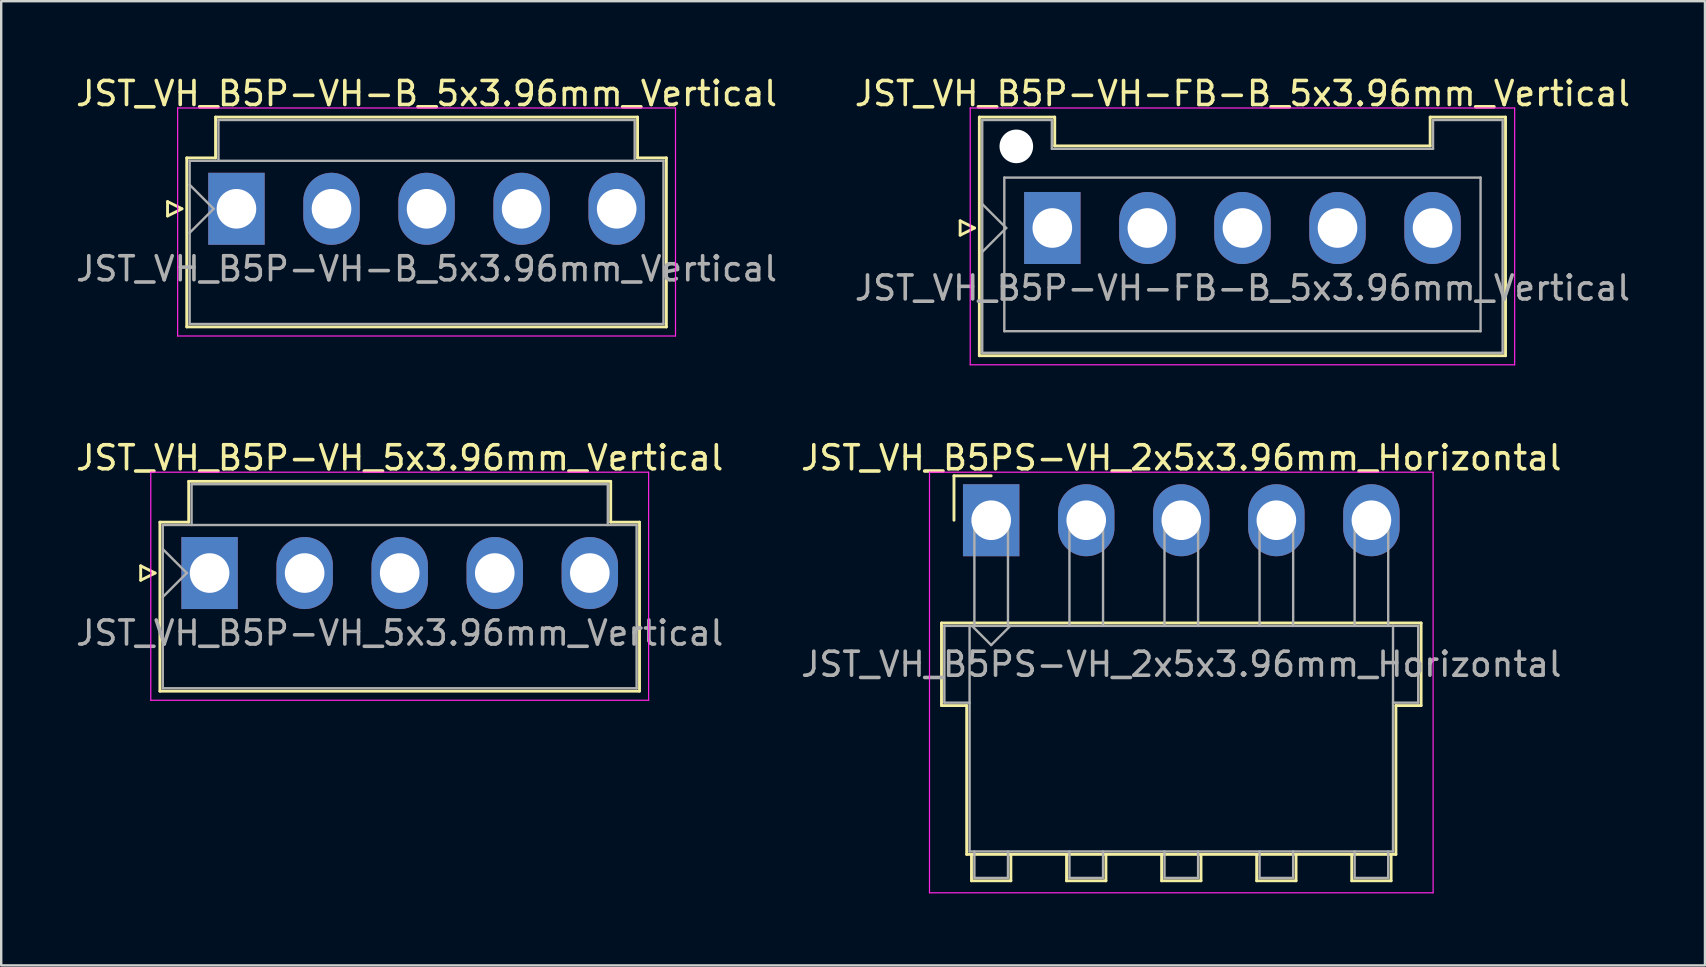
<source format=kicad_pcb>
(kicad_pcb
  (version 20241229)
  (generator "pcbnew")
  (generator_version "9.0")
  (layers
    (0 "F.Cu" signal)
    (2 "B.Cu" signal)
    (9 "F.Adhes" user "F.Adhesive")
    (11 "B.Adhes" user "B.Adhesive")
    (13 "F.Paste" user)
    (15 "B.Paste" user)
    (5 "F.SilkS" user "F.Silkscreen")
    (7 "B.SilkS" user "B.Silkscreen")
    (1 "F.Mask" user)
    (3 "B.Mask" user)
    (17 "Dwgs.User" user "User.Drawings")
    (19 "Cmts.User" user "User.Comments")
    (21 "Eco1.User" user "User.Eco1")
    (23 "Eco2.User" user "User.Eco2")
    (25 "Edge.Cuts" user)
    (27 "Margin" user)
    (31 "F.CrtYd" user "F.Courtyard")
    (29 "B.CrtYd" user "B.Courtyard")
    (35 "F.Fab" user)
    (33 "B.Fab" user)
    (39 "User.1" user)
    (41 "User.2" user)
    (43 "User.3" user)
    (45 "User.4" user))
  (footprint "JST_VH_B5P-VH_5x3.96mm_Vertical"
    (layer "F.Cu")
    (at 5.681 20.822)
    (property "Reference" "JST_VH_B5P-VH_5x3.96mm_Vertical" (at 7.92 -4.8 0) (layer "F.SilkS") (effects (font (size 1 1) (thickness 0.15))))
    (attr through_hole)
    (fp_line (start -2.87 -0.3) (end -2.27 0) (stroke (width 0.12) (type solid)) (layer "F.SilkS"))
    (fp_line (start -2.87 0.3) (end -2.87 -0.3) (stroke (width 0.12) (type solid)) (layer "F.SilkS"))
    (fp_line (start -2.27 0) (end -2.87 0.3) (stroke (width 0.12) (type solid)) (layer "F.SilkS"))
    (fp_line (start -2.07 -2.12) (end -0.87 -2.12) (stroke (width 0.12) (type solid)) (layer "F.SilkS"))
    (fp_line (start -2.07 4.92) (end -2.07 -2.12) (stroke (width 0.12) (type solid)) (layer "F.SilkS"))
    (fp_line (start -0.87 -3.82) (end 16.71 -3.82) (stroke (width 0.12) (type solid)) (layer "F.SilkS"))
    (fp_line (start -0.87 -2.12) (end -0.87 -3.82) (stroke (width 0.12) (type solid)) (layer "F.SilkS"))
    (fp_line (start 16.71 -3.82) (end 16.71 -2.12) (stroke (width 0.12) (type solid)) (layer "F.SilkS"))
    (fp_line (start 16.71 -2.12) (end 17.91 -2.12) (stroke (width 0.12) (type solid)) (layer "F.SilkS"))
    (fp_line (start 17.91 -2.12) (end 17.91 4.92) (stroke (width 0.12) (type solid)) (layer "F.SilkS"))
    (fp_line (start 17.91 4.92) (end -2.07 4.92) (stroke (width 0.12) (type solid)) (layer "F.SilkS"))
    (fp_line (start -2.45 -4.2) (end -2.45 5.3) (stroke (width 0.05) (type solid)) (layer "F.CrtYd"))
    (fp_line (start -2.45 5.3) (end 18.29 5.3) (stroke (width 0.05) (type solid)) (layer "F.CrtYd"))
    (fp_line (start 18.29 -4.2) (end -2.45 -4.2) (stroke (width 0.05) (type solid)) (layer "F.CrtYd"))
    (fp_line (start 18.29 5.3) (end 18.29 -4.2) (stroke (width 0.05) (type solid)) (layer "F.CrtYd"))
    (fp_line (start -1.95 -2) (end -1.95 4.8) (stroke (width 0.1) (type solid)) (layer "F.Fab"))
    (fp_line (start -1.95 -1) (end -0.95 0) (stroke (width 0.1) (type solid)) (layer "F.Fab"))
    (fp_line (start -1.95 1) (end -0.95 0) (stroke (width 0.1) (type solid)) (layer "F.Fab"))
    (fp_line (start -1.95 4.8) (end 17.79 4.8) (stroke (width 0.1) (type solid)) (layer "F.Fab"))
    (fp_line (start -0.75 -3.7) (end 16.59 -3.7) (stroke (width 0.1) (type solid)) (layer "F.Fab"))
    (fp_line (start -0.75 -2) (end -0.75 -3.7) (stroke (width 0.1) (type solid)) (layer "F.Fab"))
    (fp_line (start 16.59 -3.7) (end 16.59 -2) (stroke (width 0.1) (type solid)) (layer "F.Fab"))
    (fp_line (start 17.79 -2) (end -1.95 -2) (stroke (width 0.1) (type solid)) (layer "F.Fab"))
    (fp_line (start 17.79 4.8) (end 17.79 -2) (stroke (width 0.1) (type solid)) (layer "F.Fab"))
    (fp_text user "${REFERENCE}" (at 7.92 2.5 0) (layer "F.Fab") (effects (font (size 1 1) (thickness 0.15))))
    (pad "1" thru_hole rect (at 0 0) (size 2.35 3) (drill 1.65) (layers "*.Cu" "*.Mask"))
    (pad "2" thru_hole oval (at 3.96 0) (size 2.35 3) (drill 1.65) (layers "*.Cu" "*.Mask"))
    (pad "3" thru_hole oval (at 7.92 0) (size 2.35 3) (drill 1.65) (layers "*.Cu" "*.Mask"))
    (pad "4" thru_hole oval (at 11.88 0) (size 2.35 3) (drill 1.65) (layers "*.Cu" "*.Mask"))
    (pad "5" thru_hole oval (at 15.84 0) (size 2.35 3) (drill 1.65) (layers "*.Cu" "*.Mask")))
  (footprint "JST_VH_B5P-VH-B_5x3.96mm_Vertical"
    (layer "F.Cu")
    (at 6.8 5.648)
    (property "Reference" "JST_VH_B5P-VH-B_5x3.96mm_Vertical" (at 7.92 -4.8 0) (layer "F.SilkS") (effects (font (size 1 1) (thickness 0.15))))
    (attr through_hole)
    (fp_line (start -2.87 -0.3) (end -2.27 0) (stroke (width 0.12) (type solid)) (layer "F.SilkS"))
    (fp_line (start -2.87 0.3) (end -2.87 -0.3) (stroke (width 0.12) (type solid)) (layer "F.SilkS"))
    (fp_line (start -2.27 0) (end -2.87 0.3) (stroke (width 0.12) (type solid)) (layer "F.SilkS"))
    (fp_line (start -2.07 -2.12) (end -0.87 -2.12) (stroke (width 0.12) (type solid)) (layer "F.SilkS"))
    (fp_line (start -2.07 4.92) (end -2.07 -2.12) (stroke (width 0.12) (type solid)) (layer "F.SilkS"))
    (fp_line (start -0.87 -3.82) (end 16.71 -3.82) (stroke (width 0.12) (type solid)) (layer "F.SilkS"))
    (fp_line (start -0.87 -2.12) (end -0.87 -3.82) (stroke (width 0.12) (type solid)) (layer "F.SilkS"))
    (fp_line (start 16.71 -3.82) (end 16.71 -2.12) (stroke (width 0.12) (type solid)) (layer "F.SilkS"))
    (fp_line (start 16.71 -2.12) (end 17.91 -2.12) (stroke (width 0.12) (type solid)) (layer "F.SilkS"))
    (fp_line (start 17.91 -2.12) (end 17.91 4.92) (stroke (width 0.12) (type solid)) (layer "F.SilkS"))
    (fp_line (start 17.91 4.92) (end -2.07 4.92) (stroke (width 0.12) (type solid)) (layer "F.SilkS"))
    (fp_line (start -2.45 -4.2) (end -2.45 5.3) (stroke (width 0.05) (type solid)) (layer "F.CrtYd"))
    (fp_line (start -2.45 5.3) (end 18.29 5.3) (stroke (width 0.05) (type solid)) (layer "F.CrtYd"))
    (fp_line (start 18.29 -4.2) (end -2.45 -4.2) (stroke (width 0.05) (type solid)) (layer "F.CrtYd"))
    (fp_line (start 18.29 5.3) (end 18.29 -4.2) (stroke (width 0.05) (type solid)) (layer "F.CrtYd"))
    (fp_line (start -1.95 -2) (end -1.95 4.8) (stroke (width 0.1) (type solid)) (layer "F.Fab"))
    (fp_line (start -1.95 -1) (end -0.95 0) (stroke (width 0.1) (type solid)) (layer "F.Fab"))
    (fp_line (start -1.95 1) (end -0.95 0) (stroke (width 0.1) (type solid)) (layer "F.Fab"))
    (fp_line (start -1.95 4.8) (end 17.79 4.8) (stroke (width 0.1) (type solid)) (layer "F.Fab"))
    (fp_line (start -0.75 -3.7) (end 16.59 -3.7) (stroke (width 0.1) (type solid)) (layer "F.Fab"))
    (fp_line (start -0.75 -2) (end -0.75 -3.7) (stroke (width 0.1) (type solid)) (layer "F.Fab"))
    (fp_line (start 16.59 -3.7) (end 16.59 -2) (stroke (width 0.1) (type solid)) (layer "F.Fab"))
    (fp_line (start 17.79 -2) (end -1.95 -2) (stroke (width 0.1) (type solid)) (layer "F.Fab"))
    (fp_line (start 17.79 4.8) (end 17.79 -2) (stroke (width 0.1) (type solid)) (layer "F.Fab"))
    (fp_text user "${REFERENCE}" (at 7.92 2.5 0) (layer "F.Fab") (effects (font (size 1 1) (thickness 0.15))))
    (pad "1" thru_hole rect (at 0 0) (size 2.35 3) (drill 1.65) (layers "*.Cu" "*.Mask"))
    (pad "2" thru_hole oval (at 3.96 0) (size 2.35 3) (drill 1.65) (layers "*.Cu" "*.Mask"))
    (pad "3" thru_hole oval (at 7.92 0) (size 2.35 3) (drill 1.65) (layers "*.Cu" "*.Mask"))
    (pad "4" thru_hole oval (at 11.88 0) (size 2.35 3) (drill 1.65) (layers "*.Cu" "*.Mask"))
    (pad "5" thru_hole oval (at 15.84 0) (size 2.35 3) (drill 1.65) (layers "*.Cu" "*.Mask")))
  (footprint "JST_VH_B5P-VH-FB-B_5x3.96mm_Vertical"
    (layer "F.Cu")
    (at 40.788 6.448)
    (property "Reference" "JST_VH_B5P-VH-FB-B_5x3.96mm_Vertical" (at 7.92 -5.6 0) (layer "F.SilkS") (effects (font (size 1 1) (thickness 0.15))))
    (attr through_hole)
    (fp_line (start -3.84 -0.3) (end -3.24 0) (stroke (width 0.12) (type solid)) (layer "F.SilkS"))
    (fp_line (start -3.84 0.3) (end -3.84 -0.3) (stroke (width 0.12) (type solid)) (layer "F.SilkS"))
    (fp_line (start -3.24 0) (end -3.84 0.3) (stroke (width 0.12) (type solid)) (layer "F.SilkS"))
    (fp_line (start -3.04 -4.62) (end 0.1 -4.62) (stroke (width 0.12) (type solid)) (layer "F.SilkS"))
    (fp_line (start -3.04 5.32) (end -3.04 -4.62) (stroke (width 0.12) (type solid)) (layer "F.SilkS"))
    (fp_line (start 0.1 -4.62) (end 0.1 -3.42) (stroke (width 0.12) (type solid)) (layer "F.SilkS"))
    (fp_line (start 0.1 -3.42) (end 15.74 -3.42) (stroke (width 0.12) (type solid)) (layer "F.SilkS"))
    (fp_line (start 15.74 -4.62) (end 18.88 -4.62) (stroke (width 0.12) (type solid)) (layer "F.SilkS"))
    (fp_line (start 15.74 -3.42) (end 15.74 -4.62) (stroke (width 0.12) (type solid)) (layer "F.SilkS"))
    (fp_line (start 18.88 -4.62) (end 18.88 5.32) (stroke (width 0.12) (type solid)) (layer "F.SilkS"))
    (fp_line (start 18.88 5.32) (end -3.04 5.32) (stroke (width 0.12) (type solid)) (layer "F.SilkS"))
    (fp_line (start -3.42 -5) (end -3.42 5.7) (stroke (width 0.05) (type solid)) (layer "F.CrtYd"))
    (fp_line (start -3.42 5.7) (end 19.26 5.7) (stroke (width 0.05) (type solid)) (layer "F.CrtYd"))
    (fp_line (start 19.26 -5) (end -3.42 -5) (stroke (width 0.05) (type solid)) (layer "F.CrtYd"))
    (fp_line (start 19.26 5.7) (end 19.26 -5) (stroke (width 0.05) (type solid)) (layer "F.CrtYd"))
    (fp_line (start -2.92 -4.5) (end -0.02 -4.5) (stroke (width 0.1) (type solid)) (layer "F.Fab"))
    (fp_line (start -2.92 -1) (end -1.92 0) (stroke (width 0.1) (type solid)) (layer "F.Fab"))
    (fp_line (start -2.92 1) (end -1.92 0) (stroke (width 0.1) (type solid)) (layer "F.Fab"))
    (fp_line (start -2.92 5.2) (end -2.92 -4.5) (stroke (width 0.1) (type solid)) (layer "F.Fab"))
    (fp_line (start -2 -2.1) (end 17.84 -2.1) (stroke (width 0.1) (type solid)) (layer "F.Fab"))
    (fp_line (start -2 4.3) (end -2 -2.1) (stroke (width 0.1) (type solid)) (layer "F.Fab"))
    (fp_line (start -0.02 -4.5) (end -0.02 -3.3) (stroke (width 0.1) (type solid)) (layer "F.Fab"))
    (fp_line (start -0.02 -3.3) (end 15.86 -3.3) (stroke (width 0.1) (type solid)) (layer "F.Fab"))
    (fp_line (start 15.86 -4.5) (end 18.76 -4.5) (stroke (width 0.1) (type solid)) (layer "F.Fab"))
    (fp_line (start 15.86 -3.3) (end 15.86 -4.5) (stroke (width 0.1) (type solid)) (layer "F.Fab"))
    (fp_line (start 17.84 -2.1) (end 17.84 4.3) (stroke (width 0.1) (type solid)) (layer "F.Fab"))
    (fp_line (start 17.84 4.3) (end -2 4.3) (stroke (width 0.1) (type solid)) (layer "F.Fab"))
    (fp_line (start 18.76 -4.5) (end 18.76 5.2) (stroke (width 0.1) (type solid)) (layer "F.Fab"))
    (fp_line (start 18.76 5.2) (end -2.92 5.2) (stroke (width 0.1) (type solid)) (layer "F.Fab"))
    (fp_text user "${REFERENCE}" (at 7.92 2.5 0) (layer "F.Fab") (effects (font (size 1 1) (thickness 0.15))))
    (pad "" np_thru_hole circle (at -1.5 -3.4) (size 1.4 1.4) (drill 1.4) (layers "*.Cu" "*.Mask"))
    (pad "1" thru_hole rect (at 0 0) (size 2.35 3) (drill 1.65) (layers "*.Cu" "*.Mask"))
    (pad "2" thru_hole oval (at 3.96 0) (size 2.35 3) (drill 1.65) (layers "*.Cu" "*.Mask"))
    (pad "3" thru_hole oval (at 7.92 0) (size 2.35 3) (drill 1.65) (layers "*.Cu" "*.Mask"))
    (pad "4" thru_hole oval (at 11.88 0) (size 2.35 3) (drill 1.65) (layers "*.Cu" "*.Mask"))
    (pad "5" thru_hole oval (at 15.84 0) (size 2.35 3) (drill 1.65) (layers "*.Cu" "*.Mask")))
  (footprint "JST_VH_B5PS-VH_2x5x3.96mm_Horizontal"
    (layer "F.Cu")
    (at 38.241 18.622)
    (property "Reference" "JST_VH_B5PS-VH_2x5x3.96mm_Horizontal" (at 7.92 -2.6 0) (layer "F.SilkS") (effects (font (size 1 1) (thickness 0.15))))
    (attr through_hole)
    (fp_line (start -2.07 4.28) (end 17.91 4.28) (stroke (width 0.12) (type solid)) (layer "F.SilkS"))
    (fp_line (start -2.07 7.72) (end -2.07 4.28) (stroke (width 0.12) (type solid)) (layer "F.SilkS"))
    (fp_line (start -1.55 -1.85) (end -1.55 0) (stroke (width 0.12) (type solid)) (layer "F.SilkS"))
    (fp_line (start -1.02 7.72) (end -2.07 7.72) (stroke (width 0.12) (type solid)) (layer "F.SilkS"))
    (fp_line (start -1.02 13.92) (end -1.02 7.72) (stroke (width 0.12) (type solid)) (layer "F.SilkS"))
    (fp_line (start -0.82 13.92) (end -0.82 15.02) (stroke (width 0.12) (type solid)) (layer "F.SilkS"))
    (fp_line (start -0.82 15.02) (end 0.82 15.02) (stroke (width 0.12) (type solid)) (layer "F.SilkS"))
    (fp_line (start 0 -1.85) (end -1.55 -1.85) (stroke (width 0.12) (type solid)) (layer "F.SilkS"))
    (fp_line (start 0.82 15.02) (end 0.82 13.92) (stroke (width 0.12) (type solid)) (layer "F.SilkS"))
    (fp_line (start 3.14 13.92) (end 3.14 15.02) (stroke (width 0.12) (type solid)) (layer "F.SilkS"))
    (fp_line (start 3.14 15.02) (end 4.78 15.02) (stroke (width 0.12) (type solid)) (layer "F.SilkS"))
    (fp_line (start 4.78 15.02) (end 4.78 13.92) (stroke (width 0.12) (type solid)) (layer "F.SilkS"))
    (fp_line (start 7.1 13.92) (end 7.1 15.02) (stroke (width 0.12) (type solid)) (layer "F.SilkS"))
    (fp_line (start 7.1 15.02) (end 8.74 15.02) (stroke (width 0.12) (type solid)) (layer "F.SilkS"))
    (fp_line (start 8.74 15.02) (end 8.74 13.92) (stroke (width 0.12) (type solid)) (layer "F.SilkS"))
    (fp_line (start 11.06 13.92) (end 11.06 15.02) (stroke (width 0.12) (type solid)) (layer "F.SilkS"))
    (fp_line (start 11.06 15.02) (end 12.7 15.02) (stroke (width 0.12) (type solid)) (layer "F.SilkS"))
    (fp_line (start 12.7 15.02) (end 12.7 13.92) (stroke (width 0.12) (type solid)) (layer "F.SilkS"))
    (fp_line (start 15.02 13.92) (end 15.02 15.02) (stroke (width 0.12) (type solid)) (layer "F.SilkS"))
    (fp_line (start 15.02 15.02) (end 16.66 15.02) (stroke (width 0.12) (type solid)) (layer "F.SilkS"))
    (fp_line (start 16.66 15.02) (end 16.66 13.92) (stroke (width 0.12) (type solid)) (layer "F.SilkS"))
    (fp_line (start 16.86 7.72) (end 16.86 13.92) (stroke (width 0.12) (type solid)) (layer "F.SilkS"))
    (fp_line (start 16.86 13.92) (end -1.02 13.92) (stroke (width 0.12) (type solid)) (layer "F.SilkS"))
    (fp_line (start 17.91 4.28) (end 17.91 7.72) (stroke (width 0.12) (type solid)) (layer "F.SilkS"))
    (fp_line (start 17.91 7.72) (end 16.86 7.72) (stroke (width 0.12) (type solid)) (layer "F.SilkS"))
    (fp_line (start -2.57 -2) (end -2.57 15.52) (stroke (width 0.05) (type solid)) (layer "F.CrtYd"))
    (fp_line (start -2.57 15.52) (end 18.41 15.52) (stroke (width 0.05) (type solid)) (layer "F.CrtYd"))
    (fp_line (start 18.41 -2) (end -2.57 -2) (stroke (width 0.05) (type solid)) (layer "F.CrtYd"))
    (fp_line (start 18.41 15.52) (end 18.41 -2) (stroke (width 0.05) (type solid)) (layer "F.CrtYd"))
    (fp_line (start -1.95 4.4) (end -0.9 4.4) (stroke (width 0.1) (type solid)) (layer "F.Fab"))
    (fp_line (start -1.95 7.6) (end -1.95 4.4) (stroke (width 0.1) (type solid)) (layer "F.Fab"))
    (fp_line (start -0.9 4.4) (end -0.9 13.8) (stroke (width 0.1) (type solid)) (layer "F.Fab"))
    (fp_line (start -0.9 7.6) (end -1.95 7.6) (stroke (width 0.1) (type solid)) (layer "F.Fab"))
    (fp_line (start -0.9 13.8) (end 16.74 13.8) (stroke (width 0.1) (type solid)) (layer "F.Fab"))
    (fp_line (start -0.8 4.4) (end 0 5.2) (stroke (width 0.1) (type solid)) (layer "F.Fab"))
    (fp_line (start -0.7 0) (end 0.7 0) (stroke (width 0.1) (type solid)) (layer "F.Fab"))
    (fp_line (start -0.7 4.4) (end -0.7 0) (stroke (width 0.1) (type solid)) (layer "F.Fab"))
    (fp_line (start -0.7 13.8) (end -0.7 14.9) (stroke (width 0.1) (type solid)) (layer "F.Fab"))
    (fp_line (start -0.7 14.9) (end 0.7 14.9) (stroke (width 0.1) (type solid)) (layer "F.Fab"))
    (fp_line (start 0 5.2) (end 0.8 4.4) (stroke (width 0.1) (type solid)) (layer "F.Fab"))
    (fp_line (start 0.7 0) (end 0.7 4.4) (stroke (width 0.1) (type solid)) (layer "F.Fab"))
    (fp_line (start 0.7 14.9) (end 0.7 13.8) (stroke (width 0.1) (type solid)) (layer "F.Fab"))
    (fp_line (start 3.26 0) (end 4.66 0) (stroke (width 0.1) (type solid)) (layer "F.Fab"))
    (fp_line (start 3.26 4.4) (end 3.26 0) (stroke (width 0.1) (type solid)) (layer "F.Fab"))
    (fp_line (start 3.26 13.8) (end 3.26 14.9) (stroke (width 0.1) (type solid)) (layer "F.Fab"))
    (fp_line (start 3.26 14.9) (end 4.66 14.9) (stroke (width 0.1) (type solid)) (layer "F.Fab"))
    (fp_line (start 4.66 0) (end 4.66 4.4) (stroke (width 0.1) (type solid)) (layer "F.Fab"))
    (fp_line (start 4.66 14.9) (end 4.66 13.8) (stroke (width 0.1) (type solid)) (layer "F.Fab"))
    (fp_line (start 7.22 0) (end 8.62 0) (stroke (width 0.1) (type solid)) (layer "F.Fab"))
    (fp_line (start 7.22 4.4) (end 7.22 0) (stroke (width 0.1) (type solid)) (layer "F.Fab"))
    (fp_line (start 7.22 13.8) (end 7.22 14.9) (stroke (width 0.1) (type solid)) (layer "F.Fab"))
    (fp_line (start 7.22 14.9) (end 8.62 14.9) (stroke (width 0.1) (type solid)) (layer "F.Fab"))
    (fp_line (start 8.62 0) (end 8.62 4.4) (stroke (width 0.1) (type solid)) (layer "F.Fab"))
    (fp_line (start 8.62 14.9) (end 8.62 13.8) (stroke (width 0.1) (type solid)) (layer "F.Fab"))
    (fp_line (start 11.18 0) (end 12.58 0) (stroke (width 0.1) (type solid)) (layer "F.Fab"))
    (fp_line (start 11.18 4.4) (end 11.18 0) (stroke (width 0.1) (type solid)) (layer "F.Fab"))
    (fp_line (start 11.18 13.8) (end 11.18 14.9) (stroke (width 0.1) (type solid)) (layer "F.Fab"))
    (fp_line (start 11.18 14.9) (end 12.58 14.9) (stroke (width 0.1) (type solid)) (layer "F.Fab"))
    (fp_line (start 12.58 0) (end 12.58 4.4) (stroke (width 0.1) (type solid)) (layer "F.Fab"))
    (fp_line (start 12.58 14.9) (end 12.58 13.8) (stroke (width 0.1) (type solid)) (layer "F.Fab"))
    (fp_line (start 15.14 0) (end 16.54 0) (stroke (width 0.1) (type solid)) (layer "F.Fab"))
    (fp_line (start 15.14 4.4) (end 15.14 0) (stroke (width 0.1) (type solid)) (layer "F.Fab"))
    (fp_line (start 15.14 13.8) (end 15.14 14.9) (stroke (width 0.1) (type solid)) (layer "F.Fab"))
    (fp_line (start 15.14 14.9) (end 16.54 14.9) (stroke (width 0.1) (type solid)) (layer "F.Fab"))
    (fp_line (start 16.54 0) (end 16.54 4.4) (stroke (width 0.1) (type solid)) (layer "F.Fab"))
    (fp_line (start 16.54 14.9) (end 16.54 13.8) (stroke (width 0.1) (type solid)) (layer "F.Fab"))
    (fp_line (start 16.74 4.4) (end -0.9 4.4) (stroke (width 0.1) (type solid)) (layer "F.Fab"))
    (fp_line (start 16.74 4.4) (end 17.79 4.4) (stroke (width 0.1) (type solid)) (layer "F.Fab"))
    (fp_line (start 16.74 13.8) (end 16.74 4.4) (stroke (width 0.1) (type solid)) (layer "F.Fab"))
    (fp_line (start 17.79 4.4) (end 17.79 7.6) (stroke (width 0.1) (type solid)) (layer "F.Fab"))
    (fp_line (start 17.79 7.6) (end 16.74 7.6) (stroke (width 0.1) (type solid)) (layer "F.Fab"))
    (fp_text user "${REFERENCE}" (at 7.92 6 0) (layer "F.Fab") (effects (font (size 1 1) (thickness 0.15))))
    (pad "1" thru_hole rect (at 0 0) (size 2.35 3) (drill 1.65) (layers "*.Cu" "*.Mask"))
    (pad "2" thru_hole oval (at 3.96 0) (size 2.35 3) (drill 1.65) (layers "*.Cu" "*.Mask"))
    (pad "3" thru_hole oval (at 7.92 0) (size 2.35 3) (drill 1.65) (layers "*.Cu" "*.Mask"))
    (pad "4" thru_hole oval (at 11.88 0) (size 2.35 3) (drill 1.65) (layers "*.Cu" "*.Mask"))
    (pad "5" thru_hole oval (at 15.84 0) (size 2.35 3) (drill 1.65) (layers "*.Cu" "*.Mask")))
  (gr_rect
    (start -3 -3)
    (end 67.976 37.166)
    (stroke (width 0.1) (type default))
    (fill no)
    (layer "Edge.Cuts")))
</source>
